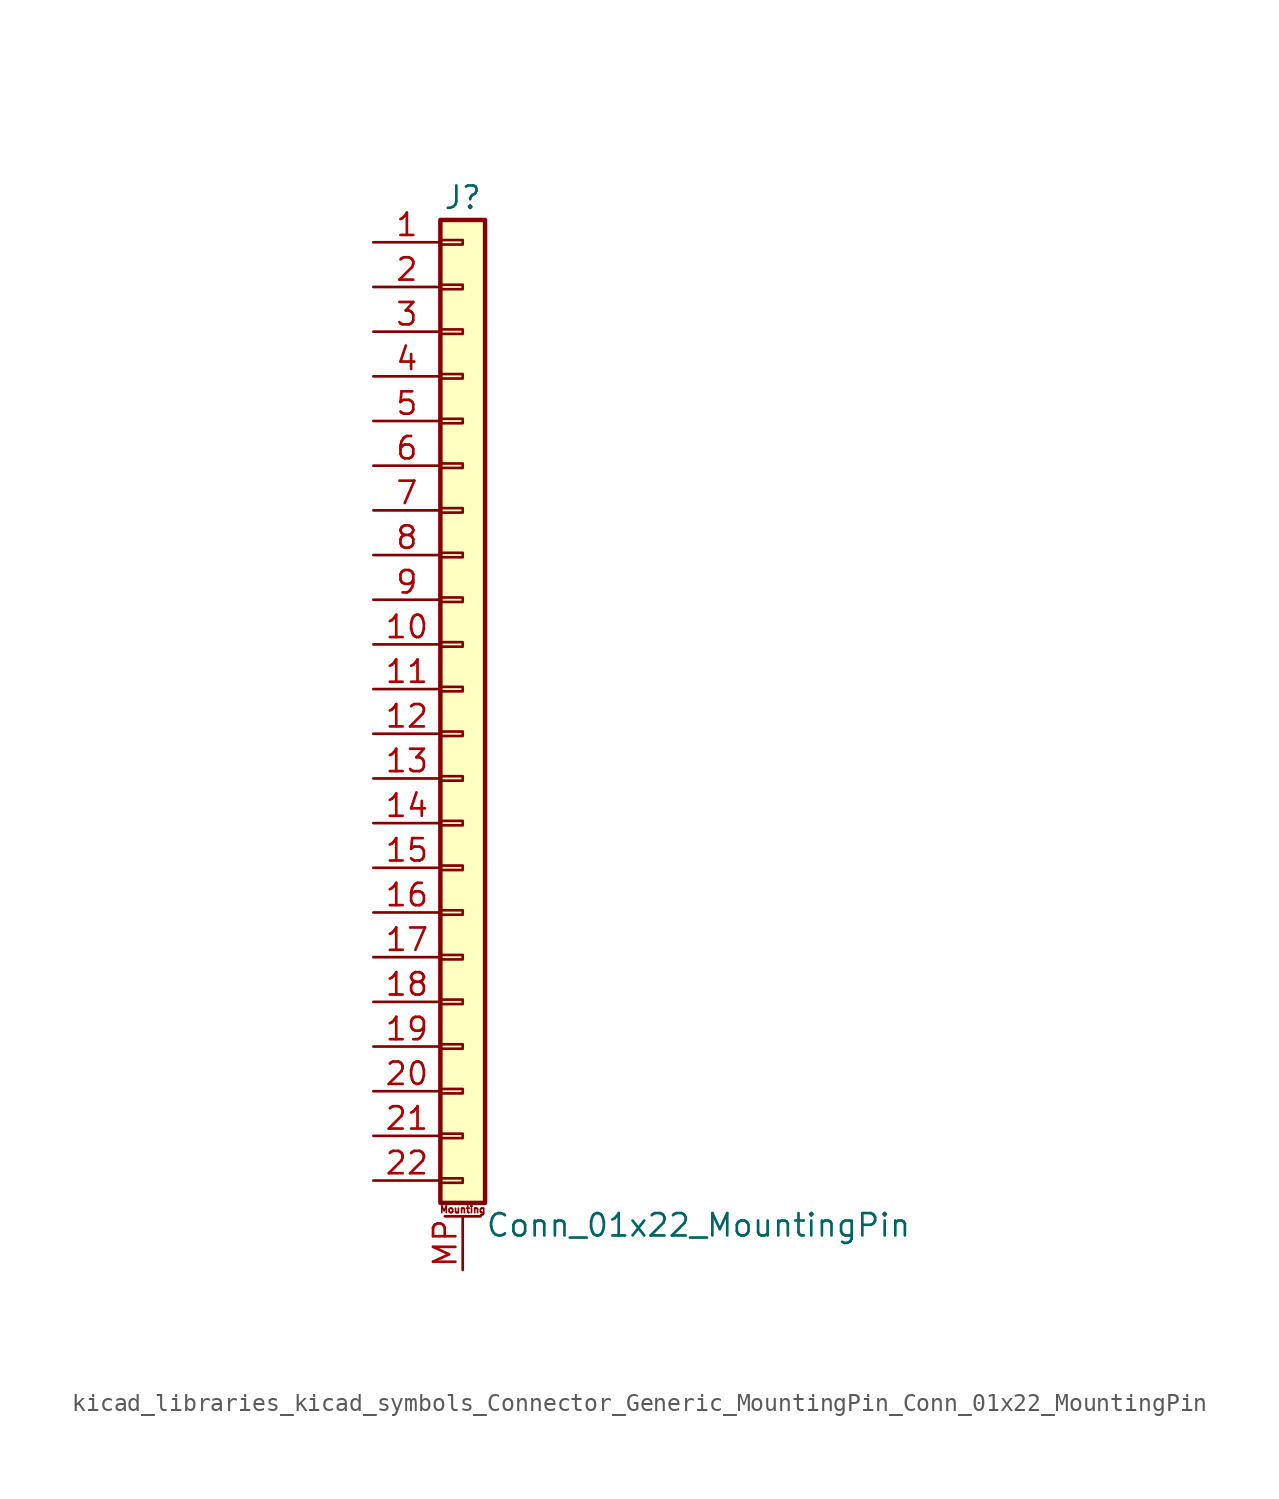
<source format=kicad_sym>
(kicad_symbol_lib
  (version 20220914)
  (generator kicad_symbol_editor)
  (symbol "kicad_libraries_kicad_symbols_Connector_Generic_MountingPin_Conn_01x22_MountingPin"
    (pin_names
      (offset 1.016) hide)
    (property "Reference" "J"
      (at 0 27.94 0)
      (effects (font (size 1.27 1.27))))
    (property "Value" "Conn_01x22_MountingPin"
      (at 1.27 -30.48 0)
      (effects (font (size 1.27 1.27)) (justify left)))
    (symbol "kicad_libraries_kicad_symbols_Connector_Generic_MountingPin_Conn_01x22_MountingPin_1_1"
      (rectangle (start -1.27 -27.813) (end 0 -28.067) (stroke (width 0.152) (type default)) (fill (type none)))
      (rectangle (start -1.27 -25.273) (end 0 -25.527) (stroke (width 0.152) (type default)) (fill (type none)))
      (rectangle (start -1.27 -22.733) (end 0 -22.987) (stroke (width 0.152) (type default)) (fill (type none)))
      (rectangle (start -1.27 -20.193) (end 0 -20.447) (stroke (width 0.152) (type default)) (fill (type none)))
      (rectangle (start -1.27 -17.653) (end 0 -17.907) (stroke (width 0.152) (type default)) (fill (type none)))
      (rectangle (start -1.27 -15.113) (end 0 -15.367) (stroke (width 0.152) (type default)) (fill (type none)))
      (rectangle (start -1.27 -12.573) (end 0 -12.827) (stroke (width 0.152) (type default)) (fill (type none)))
      (rectangle (start -1.27 -10.033) (end 0 -10.287) (stroke (width 0.152) (type default)) (fill (type none)))
      (rectangle (start -1.27 -7.493) (end 0 -7.747) (stroke (width 0.152) (type default)) (fill (type none)))
      (rectangle (start -1.27 -4.953) (end 0 -5.207) (stroke (width 0.152) (type default)) (fill (type none)))
      (rectangle (start -1.27 -2.413) (end 0 -2.667) (stroke (width 0.152) (type default)) (fill (type none)))
      (rectangle (start -1.27 0.127) (end 0 -0.127) (stroke (width 0.152) (type default)) (fill (type none)))
      (rectangle (start -1.27 2.667) (end 0 2.413) (stroke (width 0.152) (type default)) (fill (type none)))
      (rectangle (start -1.27 5.207) (end 0 4.953) (stroke (width 0.152) (type default)) (fill (type none)))
      (rectangle (start -1.27 7.747) (end 0 7.493) (stroke (width 0.152) (type default)) (fill (type none)))
      (rectangle (start -1.27 10.287) (end 0 10.033) (stroke (width 0.152) (type default)) (fill (type none)))
      (rectangle (start -1.27 12.827) (end 0 12.573) (stroke (width 0.152) (type default)) (fill (type none)))
      (rectangle (start -1.27 15.367) (end 0 15.113) (stroke (width 0.152) (type default)) (fill (type none)))
      (rectangle (start -1.27 17.907) (end 0 17.653) (stroke (width 0.152) (type default)) (fill (type none)))
      (rectangle (start -1.27 20.447) (end 0 20.193) (stroke (width 0.152) (type default)) (fill (type none)))
      (rectangle (start -1.27 22.987) (end 0 22.733) (stroke (width 0.152) (type default)) (fill (type none)))
      (rectangle (start -1.27 25.527) (end 0 25.273) (stroke (width 0.152) (type default)) (fill (type none)))
      (rectangle (start -1.27 26.67) (end 1.27 -29.21) (stroke (width 0.254) (type default)) (fill (type background)))
      (polyline (pts (xy -1.016 -29.972) (xy 1.016 -29.972)) (stroke (width 0.152) (type default)) (fill (type none)))
      (text "Mounting" (at 0 -29.591 0) (effects (font (size 0.381 0.381))))
      (pin passive line (at -5.08 25.4 0) (length 3.81) (name "Pin_1" (effects (font (size 1.27 1.27)))) (number "1" (effects (font (size 1.27 1.27)))))
      (pin passive line (at -5.08 2.54 0) (length 3.81) (name "Pin_10" (effects (font (size 1.27 1.27)))) (number "10" (effects (font (size 1.27 1.27)))))
      (pin passive line (at -5.08 0 0) (length 3.81) (name "Pin_11" (effects (font (size 1.27 1.27)))) (number "11" (effects (font (size 1.27 1.27)))))
      (pin passive line (at -5.08 -2.54 0) (length 3.81) (name "Pin_12" (effects (font (size 1.27 1.27)))) (number "12" (effects (font (size 1.27 1.27)))))
      (pin passive line (at -5.08 -5.08 0) (length 3.81) (name "Pin_13" (effects (font (size 1.27 1.27)))) (number "13" (effects (font (size 1.27 1.27)))))
      (pin passive line (at -5.08 -7.62 0) (length 3.81) (name "Pin_14" (effects (font (size 1.27 1.27)))) (number "14" (effects (font (size 1.27 1.27)))))
      (pin passive line (at -5.08 -10.16 0) (length 3.81) (name "Pin_15" (effects (font (size 1.27 1.27)))) (number "15" (effects (font (size 1.27 1.27)))))
      (pin passive line (at -5.08 -12.7 0) (length 3.81) (name "Pin_16" (effects (font (size 1.27 1.27)))) (number "16" (effects (font (size 1.27 1.27)))))
      (pin passive line (at -5.08 -15.24 0) (length 3.81) (name "Pin_17" (effects (font (size 1.27 1.27)))) (number "17" (effects (font (size 1.27 1.27)))))
      (pin passive line (at -5.08 -17.78 0) (length 3.81) (name "Pin_18" (effects (font (size 1.27 1.27)))) (number "18" (effects (font (size 1.27 1.27)))))
      (pin passive line (at -5.08 -20.32 0) (length 3.81) (name "Pin_19" (effects (font (size 1.27 1.27)))) (number "19" (effects (font (size 1.27 1.27)))))
      (pin passive line (at -5.08 22.86 0) (length 3.81) (name "Pin_2" (effects (font (size 1.27 1.27)))) (number "2" (effects (font (size 1.27 1.27)))))
      (pin passive line (at -5.08 -22.86 0) (length 3.81) (name "Pin_20" (effects (font (size 1.27 1.27)))) (number "20" (effects (font (size 1.27 1.27)))))
      (pin passive line (at -5.08 -25.4 0) (length 3.81) (name "Pin_21" (effects (font (size 1.27 1.27)))) (number "21" (effects (font (size 1.27 1.27)))))
      (pin passive line (at -5.08 -27.94 0) (length 3.81) (name "Pin_22" (effects (font (size 1.27 1.27)))) (number "22" (effects (font (size 1.27 1.27)))))
      (pin passive line (at -5.08 20.32 0) (length 3.81) (name "Pin_3" (effects (font (size 1.27 1.27)))) (number "3" (effects (font (size 1.27 1.27)))))
      (pin passive line (at -5.08 17.78 0) (length 3.81) (name "Pin_4" (effects (font (size 1.27 1.27)))) (number "4" (effects (font (size 1.27 1.27)))))
      (pin passive line (at -5.08 15.24 0) (length 3.81) (name "Pin_5" (effects (font (size 1.27 1.27)))) (number "5" (effects (font (size 1.27 1.27)))))
      (pin passive line (at -5.08 12.7 0) (length 3.81) (name "Pin_6" (effects (font (size 1.27 1.27)))) (number "6" (effects (font (size 1.27 1.27)))))
      (pin passive line (at -5.08 10.16 0) (length 3.81) (name "Pin_7" (effects (font (size 1.27 1.27)))) (number "7" (effects (font (size 1.27 1.27)))))
      (pin passive line (at -5.08 7.62 0) (length 3.81) (name "Pin_8" (effects (font (size 1.27 1.27)))) (number "8" (effects (font (size 1.27 1.27)))))
      (pin passive line (at -5.08 5.08 0) (length 3.81) (name "Pin_9" (effects (font (size 1.27 1.27)))) (number "9" (effects (font (size 1.27 1.27)))))
      (pin passive line (at 0 -33.02 90) (length 3.048) (name "MountPin" (effects (font (size 1.27 1.27)))) (number "MP" (effects (font (size 1.27 1.27))))))))
</source>
